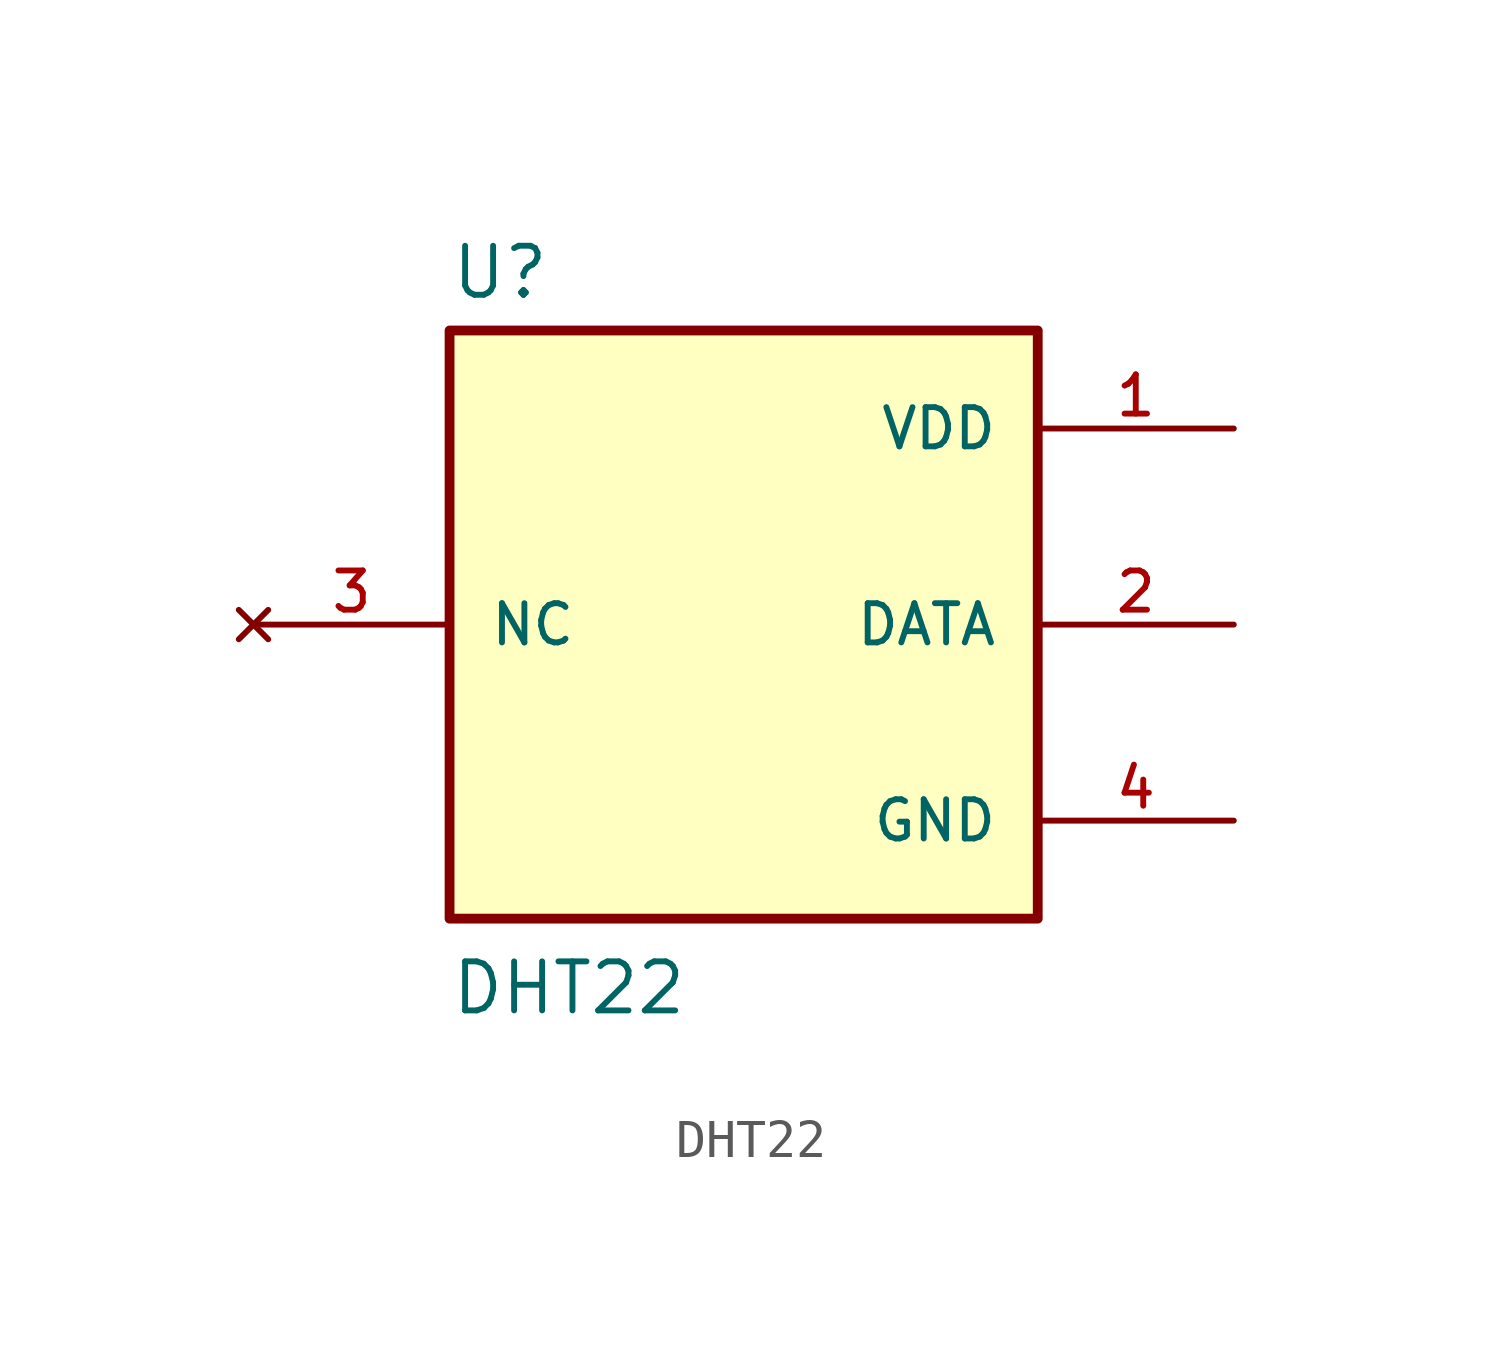
<source format=kicad_sym>
(kicad_symbol_lib
  (version 20211014)
  (generator kicad_symbol_editor)
  (symbol "DHT22"
    (pin_names
      (offset 1.016))
    (property "Reference" "U"
      (at -7.62 8.382 0)
      (effects (font (size 1.27 1.27)) (justify bottom left)))
    (property "Value" "DHT22"
      (at -7.62 -10.16 0)
      (effects (font (size 1.27 1.27)) (justify bottom left)))
    (symbol "DHT22_0_0"
      (rectangle (start -7.62 -7.62) (end 7.62 7.62) (stroke (width 0.254)) (fill (type background)))
      (pin power_in line (at 12.7 5.08 180.0) (length 5.08) (name "VDD" (effects (font (size 1.016 1.016)))) (number "1" (effects (font (size 1.016 1.016)))))
      (pin bidirectional line (at 12.7 0.0 180.0) (length 5.08) (name "DATA" (effects (font (size 1.016 1.016)))) (number "2" (effects (font (size 1.016 1.016)))))
      (pin no_connect line (at -12.7 0.0 0) (length 5.08) (name "NC" (effects (font (size 1.016 1.016)))) (number "3" (effects (font (size 1.016 1.016)))))
      (pin power_in line (at 12.7 -5.08 180.0) (length 5.08) (name "GND" (effects (font (size 1.016 1.016)))) (number "4" (effects (font (size 1.016 1.016))))))))
</source>
